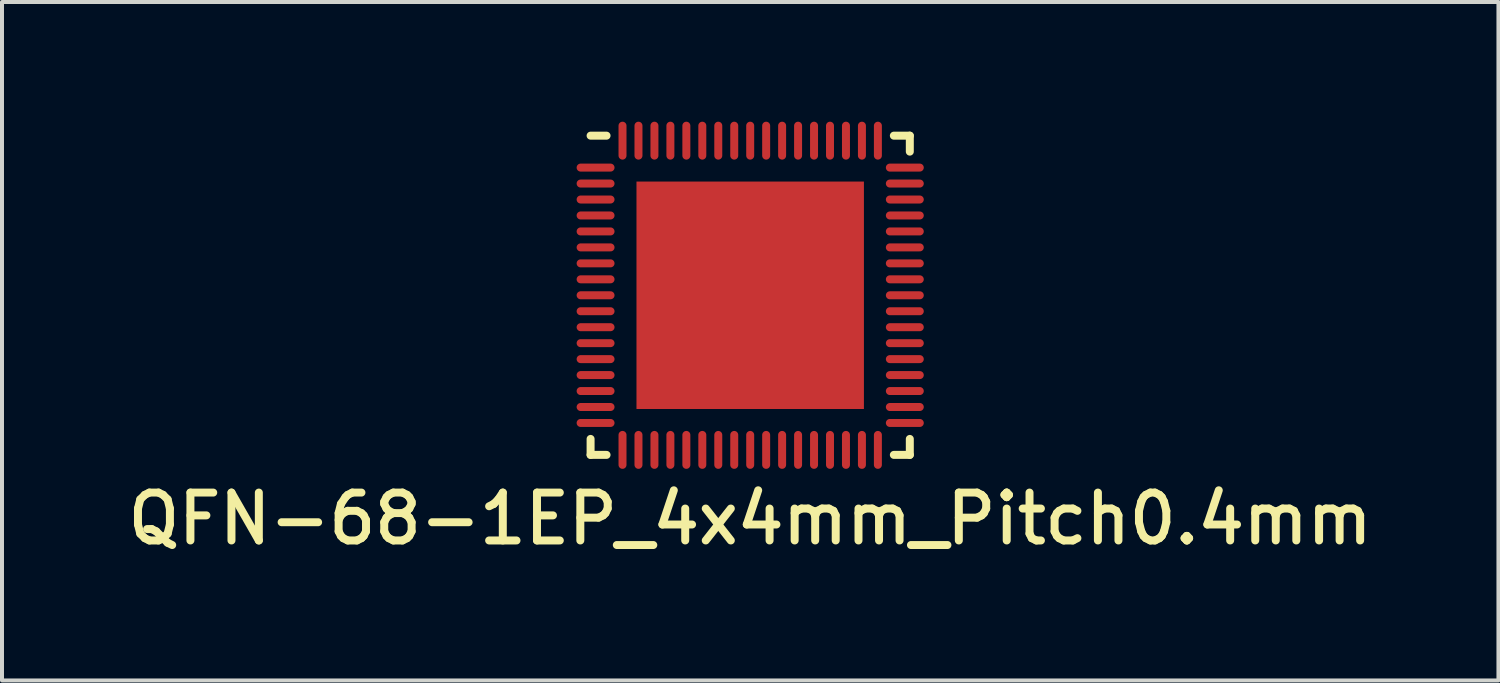
<source format=kicad_pcb>
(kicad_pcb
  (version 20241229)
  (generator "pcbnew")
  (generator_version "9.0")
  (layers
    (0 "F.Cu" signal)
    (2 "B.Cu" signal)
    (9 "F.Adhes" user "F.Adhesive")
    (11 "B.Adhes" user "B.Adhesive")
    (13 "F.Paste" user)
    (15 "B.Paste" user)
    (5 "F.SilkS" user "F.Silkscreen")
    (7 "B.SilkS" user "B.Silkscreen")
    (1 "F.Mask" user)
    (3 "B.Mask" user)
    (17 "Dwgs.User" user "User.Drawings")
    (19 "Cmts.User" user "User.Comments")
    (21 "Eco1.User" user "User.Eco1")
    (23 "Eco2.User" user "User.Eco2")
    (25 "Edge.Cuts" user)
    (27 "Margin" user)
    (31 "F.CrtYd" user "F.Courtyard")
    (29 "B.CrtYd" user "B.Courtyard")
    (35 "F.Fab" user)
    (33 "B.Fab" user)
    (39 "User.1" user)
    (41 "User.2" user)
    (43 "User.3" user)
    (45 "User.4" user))
  (footprint "QFN-68-1EP_4x4mm_Pitch0.4mm"
    (layer "F.Cu")
    (at 15.751 4.35)
    (property "Reference" "QFN-68-1EP_4x4mm_Pitch0.4mm" (at 0 5.6 0) (layer "F.SilkS") (effects (font (size 1.2 1.2) (thickness 0.2))))
    (attr smd)
    (fp_line (start -4 -4) (end -3.6 -4) (stroke (width 0.2) (type solid)) (layer "F.SilkS"))
    (fp_line (start -4 4) (end -4 3.6) (stroke (width 0.2) (type solid)) (layer "F.SilkS"))
    (fp_line (start -3.6 4) (end -4 4) (stroke (width 0.2) (type solid)) (layer "F.SilkS"))
    (fp_line (start 3.6 -4) (end 4 -4) (stroke (width 0.2) (type solid)) (layer "F.SilkS"))
    (fp_line (start 3.6 4) (end 4 4) (stroke (width 0.2) (type solid)) (layer "F.SilkS"))
    (fp_line (start 4 -4) (end 4 -3.6) (stroke (width 0.2) (type solid)) (layer "F.SilkS"))
    (fp_line (start 4 4) (end 4 3.6) (stroke (width 0.2) (type solid)) (layer "F.SilkS"))
    (pad "1" smd oval (at -3.875 -3.2) (size 0.95 0.2) (layers "F.Cu" "F.Mask" "F.Paste"))
    (pad "2" smd oval (at -3.875 -2.8) (size 0.95 0.2) (layers "F.Cu" "F.Mask" "F.Paste"))
    (pad "3" smd oval (at -3.875 -2.4) (size 0.95 0.2) (layers "F.Cu" "F.Mask" "F.Paste"))
    (pad "4" smd oval (at -3.875 -2) (size 0.95 0.2) (layers "F.Cu" "F.Mask" "F.Paste"))
    (pad "5" smd oval (at -3.875 -1.6) (size 0.95 0.2) (layers "F.Cu" "F.Mask" "F.Paste"))
    (pad "6" smd oval (at -3.875 -1.2) (size 0.95 0.2) (layers "F.Cu" "F.Mask" "F.Paste"))
    (pad "7" smd oval (at -3.875 -0.8) (size 0.95 0.2) (layers "F.Cu" "F.Mask" "F.Paste"))
    (pad "8" smd oval (at -3.875 -0.4) (size 0.95 0.2) (layers "F.Cu" "F.Mask" "F.Paste"))
    (pad "9" smd oval (at -3.875 0) (size 0.95 0.2) (layers "F.Cu" "F.Mask" "F.Paste"))
    (pad "10" smd oval (at -3.875 0.4) (size 0.95 0.2) (layers "F.Cu" "F.Mask" "F.Paste"))
    (pad "11" smd oval (at -3.875 0.8) (size 0.95 0.2) (layers "F.Cu" "F.Mask" "F.Paste"))
    (pad "12" smd oval (at -3.875 1.2) (size 0.95 0.2) (layers "F.Cu" "F.Mask" "F.Paste"))
    (pad "13" smd oval (at -3.875 1.6) (size 0.95 0.2) (layers "F.Cu" "F.Mask" "F.Paste"))
    (pad "14" smd oval (at -3.875 2) (size 0.95 0.2) (layers "F.Cu" "F.Mask" "F.Paste"))
    (pad "15" smd oval (at -3.875 2.4) (size 0.95 0.2) (layers "F.Cu" "F.Mask" "F.Paste"))
    (pad "16" smd oval (at -3.875 2.8) (size 0.95 0.2) (layers "F.Cu" "F.Mask" "F.Paste"))
    (pad "17" smd oval (at -3.875 3.2) (size 0.95 0.2) (layers "F.Cu" "F.Mask" "F.Paste"))
    (pad "18" smd oval (at -3.2 3.875) (size 0.2 0.95) (layers "F.Cu" "F.Mask" "F.Paste"))
    (pad "19" smd oval (at -2.8 3.875) (size 0.2 0.95) (layers "F.Cu" "F.Mask" "F.Paste"))
    (pad "20" smd oval (at -2.4 3.875) (size 0.2 0.95) (layers "F.Cu" "F.Mask" "F.Paste"))
    (pad "21" smd oval (at -2 3.875) (size 0.2 0.95) (layers "F.Cu" "F.Mask" "F.Paste"))
    (pad "22" smd oval (at -1.6 3.875) (size 0.2 0.95) (layers "F.Cu" "F.Mask" "F.Paste"))
    (pad "23" smd oval (at -1.2 3.875) (size 0.2 0.95) (layers "F.Cu" "F.Mask" "F.Paste"))
    (pad "24" smd oval (at -0.8 3.875) (size 0.2 0.95) (layers "F.Cu" "F.Mask" "F.Paste"))
    (pad "25" smd oval (at -0.4 3.875) (size 0.2 0.95) (layers "F.Cu" "F.Mask" "F.Paste"))
    (pad "26" smd oval (at 0 3.875) (size 0.2 0.95) (layers "F.Cu" "F.Mask" "F.Paste"))
    (pad "27" smd oval (at 0.4 3.875) (size 0.2 0.95) (layers "F.Cu" "F.Mask" "F.Paste"))
    (pad "28" smd oval (at 0.8 3.875) (size 0.2 0.95) (layers "F.Cu" "F.Mask" "F.Paste"))
    (pad "29" smd oval (at 1.2 3.875) (size 0.2 0.95) (layers "F.Cu" "F.Mask" "F.Paste"))
    (pad "30" smd oval (at 1.6 3.875) (size 0.2 0.95) (layers "F.Cu" "F.Mask" "F.Paste"))
    (pad "31" smd oval (at 2 3.875) (size 0.2 0.95) (layers "F.Cu" "F.Mask" "F.Paste"))
    (pad "32" smd oval (at 2.4 3.875) (size 0.2 0.95) (layers "F.Cu" "F.Mask" "F.Paste"))
    (pad "33" smd oval (at 2.8 3.875) (size 0.2 0.95) (layers "F.Cu" "F.Mask" "F.Paste"))
    (pad "34" smd oval (at 3.2 3.875) (size 0.2 0.95) (layers "F.Cu" "F.Mask" "F.Paste"))
    (pad "35" smd oval (at 3.875 3.2) (size 0.95 0.2) (layers "F.Cu" "F.Mask" "F.Paste"))
    (pad "36" smd oval (at 3.875 2.8) (size 0.95 0.2) (layers "F.Cu" "F.Mask" "F.Paste"))
    (pad "37" smd oval (at 3.875 2.4) (size 0.95 0.2) (layers "F.Cu" "F.Mask" "F.Paste"))
    (pad "38" smd oval (at 3.875 2) (size 0.95 0.2) (layers "F.Cu" "F.Mask" "F.Paste"))
    (pad "39" smd oval (at 3.875 1.6) (size 0.95 0.2) (layers "F.Cu" "F.Mask" "F.Paste"))
    (pad "40" smd oval (at 3.875 1.2) (size 0.95 0.2) (layers "F.Cu" "F.Mask" "F.Paste"))
    (pad "41" smd oval (at 3.875 0.8) (size 0.95 0.2) (layers "F.Cu" "F.Mask" "F.Paste"))
    (pad "42" smd oval (at 3.875 0.4) (size 0.95 0.2) (layers "F.Cu" "F.Mask" "F.Paste"))
    (pad "43" smd oval (at 3.875 0) (size 0.95 0.2) (layers "F.Cu" "F.Mask" "F.Paste"))
    (pad "44" smd oval (at 3.875 -0.4) (size 0.95 0.2) (layers "F.Cu" "F.Mask" "F.Paste"))
    (pad "45" smd oval (at 3.875 -0.8) (size 0.95 0.2) (layers "F.Cu" "F.Mask" "F.Paste"))
    (pad "46" smd oval (at 3.875 -1.2) (size 0.95 0.2) (layers "F.Cu" "F.Mask" "F.Paste"))
    (pad "47" smd oval (at 3.875 -1.6) (size 0.95 0.2) (layers "F.Cu" "F.Mask" "F.Paste"))
    (pad "48" smd oval (at 3.875 -2) (size 0.95 0.2) (layers "F.Cu" "F.Mask" "F.Paste"))
    (pad "49" smd oval (at 3.875 -2.4) (size 0.95 0.2) (layers "F.Cu" "F.Mask" "F.Paste"))
    (pad "50" smd oval (at 3.875 -2.8) (size 0.95 0.2) (layers "F.Cu" "F.Mask" "F.Paste"))
    (pad "51" smd oval (at 3.875 -3.2) (size 0.95 0.2) (layers "F.Cu" "F.Mask" "F.Paste"))
    (pad "52" smd oval (at 3.2 -3.875) (size 0.2 0.95) (layers "F.Cu" "F.Mask" "F.Paste"))
    (pad "53" smd oval (at 2.8 -3.875) (size 0.2 0.95) (layers "F.Cu" "F.Mask" "F.Paste"))
    (pad "54" smd oval (at 2.4 -3.875) (size 0.2 0.95) (layers "F.Cu" "F.Mask" "F.Paste"))
    (pad "55" smd oval (at 2 -3.875) (size 0.2 0.95) (layers "F.Cu" "F.Mask" "F.Paste"))
    (pad "56" smd oval (at 1.6 -3.875) (size 0.2 0.95) (layers "F.Cu" "F.Mask" "F.Paste"))
    (pad "57" smd oval (at 1.2 -3.875) (size 0.2 0.95) (layers "F.Cu" "F.Mask" "F.Paste"))
    (pad "58" smd oval (at 0.8 -3.875) (size 0.2 0.95) (layers "F.Cu" "F.Mask" "F.Paste"))
    (pad "59" smd oval (at 0.4 -3.875) (size 0.2 0.95) (layers "F.Cu" "F.Mask" "F.Paste"))
    (pad "60" smd oval (at 0 -3.875) (size 0.2 0.95) (layers "F.Cu" "F.Mask" "F.Paste"))
    (pad "61" smd oval (at -0.4 -3.875) (size 0.2 0.95) (layers "F.Cu" "F.Mask" "F.Paste"))
    (pad "62" smd oval (at -0.8 -3.875) (size 0.2 0.95) (layers "F.Cu" "F.Mask" "F.Paste"))
    (pad "63" smd oval (at -1.2 -3.875) (size 0.2 0.95) (layers "F.Cu" "F.Mask" "F.Paste"))
    (pad "64" smd oval (at -1.6 -3.875) (size 0.2 0.95) (layers "F.Cu" "F.Mask" "F.Paste"))
    (pad "65" smd oval (at -2 -3.875) (size 0.2 0.95) (layers "F.Cu" "F.Mask" "F.Paste"))
    (pad "66" smd oval (at -2.4 -3.875) (size 0.2 0.95) (layers "F.Cu" "F.Mask" "F.Paste"))
    (pad "67" smd oval (at -2.8 -3.875) (size 0.2 0.95) (layers "F.Cu" "F.Mask" "F.Paste"))
    (pad "68" smd oval (at -3.2 -3.875) (size 0.2 0.95) (layers "F.Cu" "F.Mask" "F.Paste"))
    (pad "EP" smd rect (at 0 0) (size 5.7 5.7) (layers "F.Cu" "F.Mask" "F.Paste")))
  (gr_rect
    (start -3 -3)
    (end 34.503 14.003)
    (stroke (width 0.1) (type default))
    (fill no)
    (layer "Edge.Cuts")))
</source>
